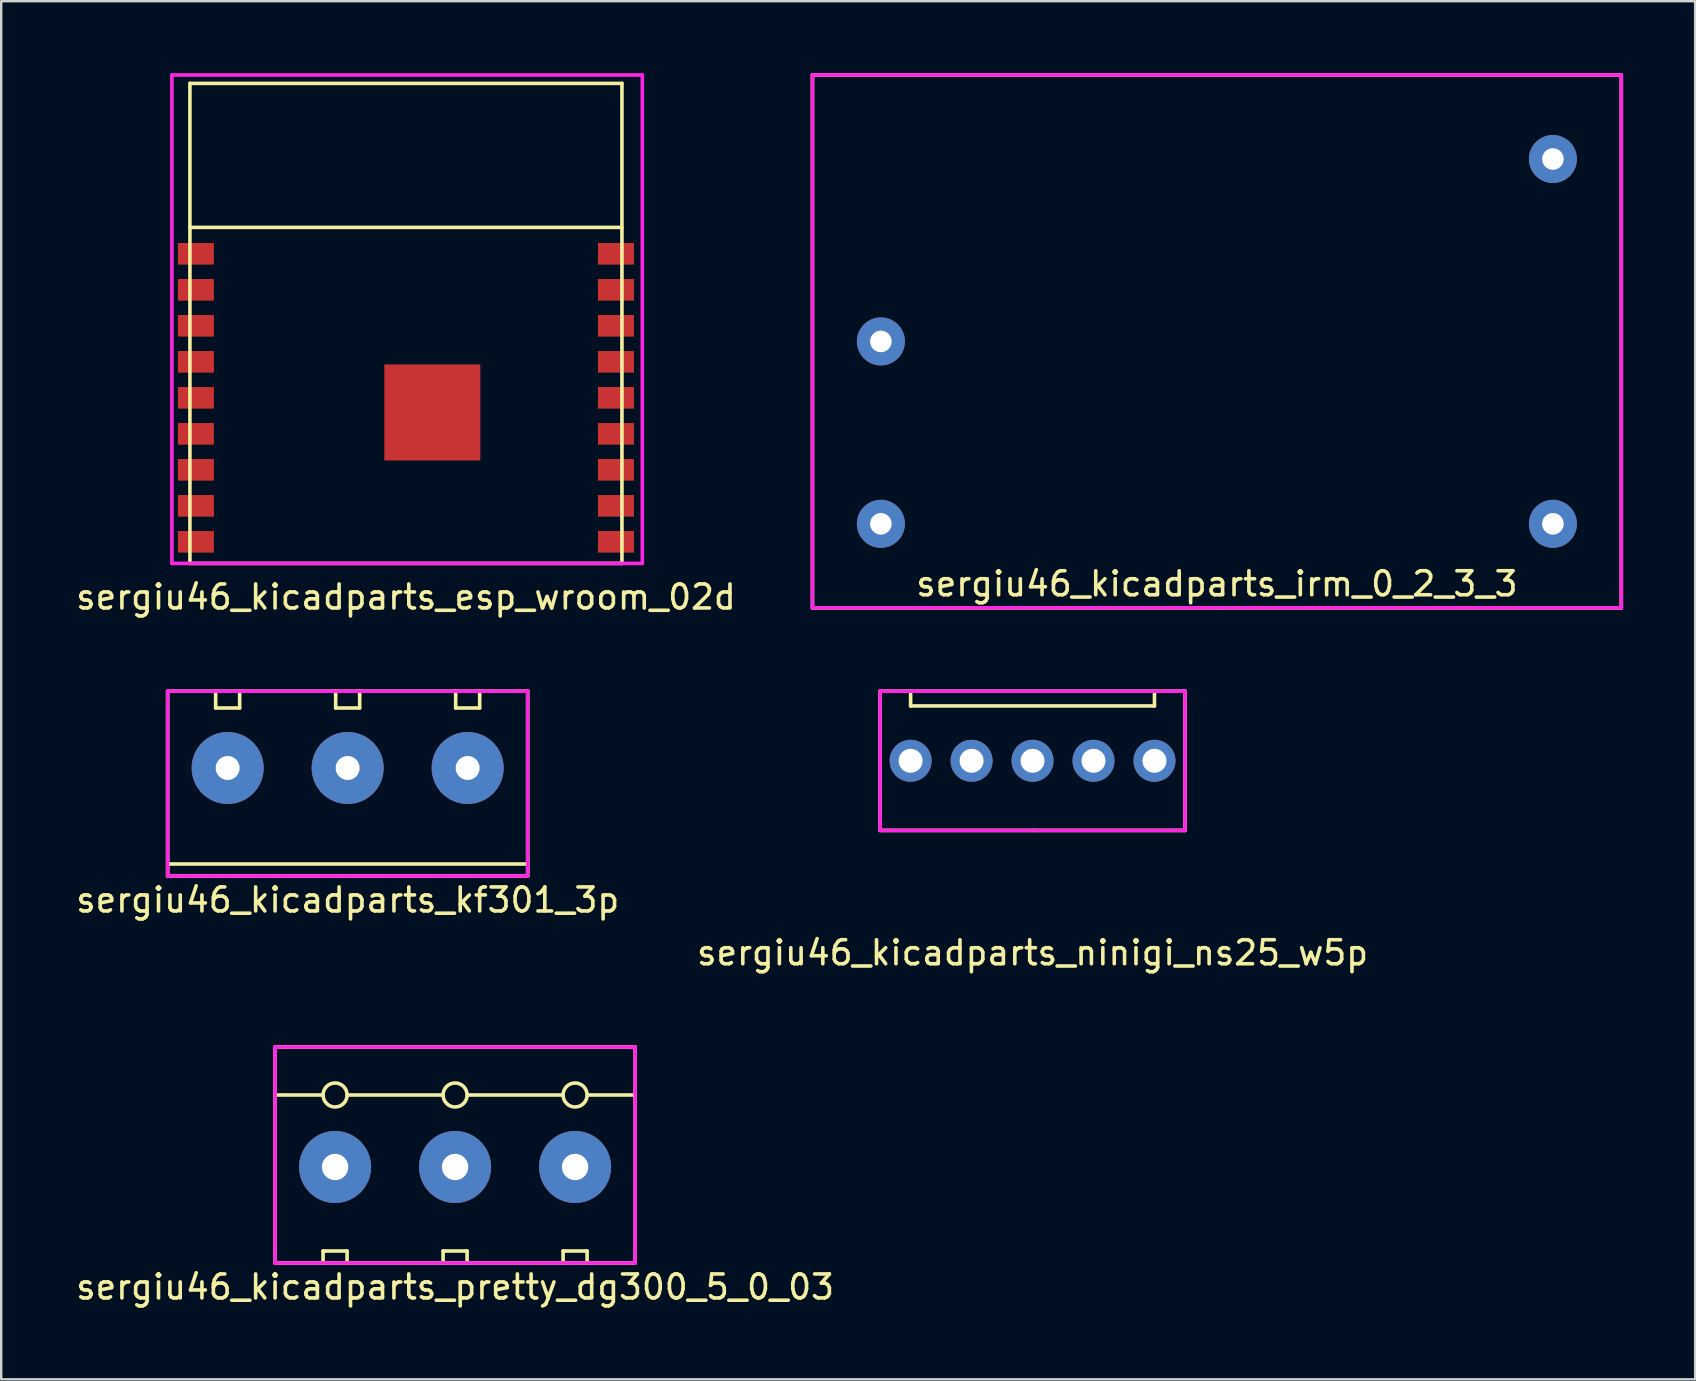
<source format=kicad_pcb>
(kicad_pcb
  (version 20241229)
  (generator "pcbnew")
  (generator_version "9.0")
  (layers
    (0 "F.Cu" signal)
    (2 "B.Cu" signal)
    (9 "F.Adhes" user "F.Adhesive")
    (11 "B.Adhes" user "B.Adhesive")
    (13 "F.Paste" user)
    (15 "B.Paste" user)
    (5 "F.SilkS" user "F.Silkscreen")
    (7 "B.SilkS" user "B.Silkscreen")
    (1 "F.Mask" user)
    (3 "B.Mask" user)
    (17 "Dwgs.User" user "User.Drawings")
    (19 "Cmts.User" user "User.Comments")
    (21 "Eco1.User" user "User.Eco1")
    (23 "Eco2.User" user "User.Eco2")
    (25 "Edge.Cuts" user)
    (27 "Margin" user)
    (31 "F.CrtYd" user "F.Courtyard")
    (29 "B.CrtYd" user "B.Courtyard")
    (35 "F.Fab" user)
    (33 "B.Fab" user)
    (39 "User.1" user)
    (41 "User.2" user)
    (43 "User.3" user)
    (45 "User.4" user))
  (footprint "sergiu46_kicadparts_esp_wroom_02d"
    (layer "F.Cu")
    (at 13.863 10.325)
    (property "Reference" "sergiu46_kicadparts_esp_wroom_02d" (at 0 11.5 0) (layer "F.SilkS") (effects (font (size 1 1) (thickness 0.15))))
    (attr through_hole)
    (fp_line (start -9 -9.9) (end 9 -9.9) (stroke (width 0.15) (type solid)) (layer "F.SilkS"))
    (fp_line (start -9 -3.9) (end 9 -3.9) (stroke (width 0.15) (type solid)) (layer "F.SilkS"))
    (fp_line (start -9 10.1) (end -9 -9.9) (stroke (width 0.15) (type solid)) (layer "F.SilkS"))
    (fp_line (start 9 -9.9) (end 9 10.1) (stroke (width 0.15) (type solid)) (layer "F.SilkS"))
    (fp_line (start 9 10.1) (end -9 10.1) (stroke (width 0.15) (type solid)) (layer "F.SilkS"))
    (fp_line (start -9.75 -10.25) (end 9.85 -10.25) (stroke (width 0.15) (type solid)) (layer "F.CrtYd"))
    (fp_line (start -9.75 10.1) (end -9.75 -10.25) (stroke (width 0.15) (type solid)) (layer "F.CrtYd"))
    (fp_line (start 9.85 -10.25) (end 9.85 10.1) (stroke (width 0.15) (type solid)) (layer "F.CrtYd"))
    (fp_line (start 9.85 10.1) (end -9.75 10.1) (stroke (width 0.15) (type solid)) (layer "F.CrtYd"))
    (pad "1" smd rect (at -8.75 -2.8) (size 1.5 0.9) (layers "F.Cu" "F.Mask" "F.Paste"))
    (pad "2" smd rect (at -8.75 -1.3) (size 1.5 0.9) (layers "F.Cu" "F.Mask" "F.Paste"))
    (pad "3" smd rect (at -8.75 0.2) (size 1.5 0.9) (layers "F.Cu" "F.Mask" "F.Paste"))
    (pad "4" smd rect (at -8.75 1.7) (size 1.5 0.9) (layers "F.Cu" "F.Mask" "F.Paste"))
    (pad "5" smd rect (at -8.75 3.2) (size 1.5 0.9) (layers "F.Cu" "F.Mask" "F.Paste"))
    (pad "6" smd rect (at -8.75 4.7) (size 1.5 0.9) (layers "F.Cu" "F.Mask" "F.Paste"))
    (pad "7" smd rect (at -8.75 6.2) (size 1.5 0.9) (layers "F.Cu" "F.Mask" "F.Paste"))
    (pad "8" smd rect (at -8.75 7.7) (size 1.5 0.9) (layers "F.Cu" "F.Mask" "F.Paste"))
    (pad "9" smd rect (at -8.75 9.2) (size 1.5 0.9) (layers "F.Cu" "F.Mask" "F.Paste"))
    (pad "10" smd rect (at 8.75 9.2) (size 1.5 0.9) (layers "F.Cu" "F.Mask" "F.Paste"))
    (pad "11" smd rect (at 8.75 7.7) (size 1.5 0.9) (layers "F.Cu" "F.Mask" "F.Paste"))
    (pad "12" smd rect (at 8.75 6.2) (size 1.5 0.9) (layers "F.Cu" "F.Mask" "F.Paste"))
    (pad "13" smd rect (at 8.75 4.7) (size 1.5 0.9) (layers "F.Cu" "F.Mask" "F.Paste"))
    (pad "14" smd rect (at 8.75 3.2) (size 1.5 0.9) (layers "F.Cu" "F.Mask" "F.Paste"))
    (pad "15" smd rect (at 8.75 1.7) (size 1.5 0.9) (layers "F.Cu" "F.Mask" "F.Paste"))
    (pad "16" smd rect (at 8.75 0.2) (size 1.5 0.9) (layers "F.Cu" "F.Mask" "F.Paste"))
    (pad "17" smd rect (at 8.75 -1.3) (size 1.5 0.9) (layers "F.Cu" "F.Mask" "F.Paste"))
    (pad "18" smd rect (at 8.75 -2.8) (size 1.5 0.9) (layers "F.Cu" "F.Mask" "F.Paste"))
    (pad "19" smd rect (at 1.1 3.81) (size 4 4) (layers "F.Cu" "F.Mask" "F.Paste")))
  (footprint "sergiu46_kicadparts_ninigi_ns25_w5p"
    (layer "F.Cu")
    (at 39.97 28.648)
    (property "Reference" "sergiu46_kicadparts_ninigi_ns25_w5p" (at 0 8 0) (layer "F.SilkS") (effects (font (size 1 1) (thickness 0.15))))
    (attr through_hole)
    (fp_line (start -6.35 -2.9) (end -6.35 2.9) (stroke (width 0.15) (type solid)) (layer "F.SilkS"))
    (fp_line (start -6.35 2.9) (end 0 2.9) (stroke (width 0.15) (type solid)) (layer "F.SilkS"))
    (fp_line (start -5.08 -2.8) (end -5.08 -2.286) (stroke (width 0.15) (type solid)) (layer "F.SilkS"))
    (fp_line (start -5.08 -2.286) (end 5.08 -2.286) (stroke (width 0.15) (type solid)) (layer "F.SilkS"))
    (fp_line (start 0 2.9) (end 6.35 2.9) (stroke (width 0.15) (type solid)) (layer "F.SilkS"))
    (fp_line (start 5.08 -2.286) (end 5.08 -2.794) (stroke (width 0.15) (type solid)) (layer "F.SilkS"))
    (fp_line (start 6.35 -2.9) (end -6.35 -2.9) (stroke (width 0.15) (type solid)) (layer "F.SilkS"))
    (fp_line (start 6.35 2.9) (end 6.35 -2.9) (stroke (width 0.15) (type solid)) (layer "F.SilkS"))
    (fp_line (start -6.35 -2.9) (end -6.35 2.9) (stroke (width 0.15) (type solid)) (layer "F.CrtYd"))
    (fp_line (start -6.35 2.9) (end 6.35 2.9) (stroke (width 0.15) (type solid)) (layer "F.CrtYd"))
    (fp_line (start 6.35 -2.9) (end -6.35 -2.9) (stroke (width 0.15) (type solid)) (layer "F.CrtYd"))
    (fp_line (start 6.35 2.9) (end 6.35 -2.9) (stroke (width 0.15) (type solid)) (layer "F.CrtYd"))
    (pad "1" thru_hole circle (at -5.08 0) (size 1.75 1.75) (drill 1) (layers "*.Cu" "*.Mask" "B.Adhes"))
    (pad "2" thru_hole circle (at -2.54 0) (size 1.75 1.75) (drill 1) (layers "*.Cu" "*.Mask" "B.Adhes"))
    (pad "3" thru_hole circle (at 0 0) (size 1.75 1.75) (drill 1) (layers "*.Cu" "*.Mask" "B.Adhes"))
    (pad "4" thru_hole circle (at 2.54 0) (size 1.75 1.75) (drill 1) (layers "*.Cu" "*.Mask" "B.Adhes"))
    (pad "5" thru_hole circle (at 5.08 0) (size 1.75 1.75) (drill 1) (layers "*.Cu" "*.Mask" "B.Adhes")))
  (footprint "sergiu46_kicadparts_kf301_3p"
    (layer "F.Cu")
    (at 11.435 28.948)
    (property "Reference" "sergiu46_kicadparts_kf301_3p" (at 0 5.5 0) (layer "F.SilkS") (effects (font (size 1 1) (thickness 0.15))))
    (attr through_hole)
    (fp_line (start -7.5 -3.2) (end 7.5 -3.2) (stroke (width 0.15) (type solid)) (layer "F.SilkS"))
    (fp_line (start -7.5 4) (end 7.5 4) (stroke (width 0.15) (type solid)) (layer "F.SilkS"))
    (fp_line (start -7.5 4.5) (end -7.5 -3.2) (stroke (width 0.15) (type solid)) (layer "F.SilkS"))
    (fp_line (start -5.5 -3.15) (end -5.5 -2.5) (stroke (width 0.15) (type solid)) (layer "F.SilkS"))
    (fp_line (start -5.5 -2.5) (end -4.5 -2.5) (stroke (width 0.15) (type solid)) (layer "F.SilkS"))
    (fp_line (start -4.5 -2.5) (end -4.5 -3.15) (stroke (width 0.15) (type solid)) (layer "F.SilkS"))
    (fp_line (start -0.5 -3.2) (end -0.5 -3) (stroke (width 0.15) (type solid)) (layer "F.SilkS"))
    (fp_line (start -0.5 -3) (end -0.5 -2.5) (stroke (width 0.15) (type solid)) (layer "F.SilkS"))
    (fp_line (start -0.5 -2.5) (end 0.5 -2.5) (stroke (width 0.15) (type solid)) (layer "F.SilkS"))
    (fp_line (start 0.5 -3) (end 0.5 -3.2) (stroke (width 0.15) (type solid)) (layer "F.SilkS"))
    (fp_line (start 0.5 -2.5) (end 0.5 -3) (stroke (width 0.15) (type solid)) (layer "F.SilkS"))
    (fp_line (start 4.5 -3.2) (end 4.5 -3) (stroke (width 0.15) (type solid)) (layer "F.SilkS"))
    (fp_line (start 4.5 -3) (end 4.5 -2.5) (stroke (width 0.15) (type solid)) (layer "F.SilkS"))
    (fp_line (start 4.5 -2.5) (end 5.5 -2.5) (stroke (width 0.15) (type solid)) (layer "F.SilkS"))
    (fp_line (start 5.5 -3.2) (end 5.5 -3) (stroke (width 0.15) (type solid)) (layer "F.SilkS"))
    (fp_line (start 5.5 -2.5) (end 5.5 -3) (stroke (width 0.15) (type solid)) (layer "F.SilkS"))
    (fp_line (start 7.5 -3.2) (end 7.5 4.5) (stroke (width 0.15) (type solid)) (layer "F.SilkS"))
    (fp_line (start 7.5 4.5) (end -7.5 4.5) (stroke (width 0.15) (type solid)) (layer "F.SilkS"))
    (fp_line (start -7.5 -3.2) (end -7.5 4.5) (stroke (width 0.15) (type solid)) (layer "F.CrtYd"))
    (fp_line (start -7.5 4.5) (end 7.5 4.5) (stroke (width 0.15) (type solid)) (layer "F.CrtYd"))
    (fp_line (start 7.5 -3.2) (end -7.5 -3.2) (stroke (width 0.15) (type solid)) (layer "F.CrtYd"))
    (fp_line (start 7.5 4.5) (end 7.5 -3.2) (stroke (width 0.15) (type solid)) (layer "F.CrtYd"))
    (pad "1" thru_hole circle (at 5 0) (size 3 3) (drill 1) (layers "*.Cu" "*.Mask"))
    (pad "2" thru_hole circle (at 0 0) (size 3 3) (drill 1) (layers "*.Cu" "*.Mask"))
    (pad "3" thru_hole circle (at -5 0) (size 3 3) (drill 1) (layers "*.Cu" "*.Mask")))
  (footprint "sergiu46_kicadparts_irm_0_2_3_3"
    (layer "F.Cu")
    (at 47.651 11.175)
    (property "Reference" "sergiu46_kicadparts_irm_0_2_3_3" (at 0 10.1 0) (layer "F.SilkS") (effects (font (size 1 1) (thickness 0.15))))
    (attr through_hole)
    (fp_line (start -16.85 -11.1) (end -16.85 11.1) (stroke (width 0.15) (type solid)) (layer "F.SilkS"))
    (fp_line (start -16.85 11.1) (end 0 11.1) (stroke (width 0.15) (type solid)) (layer "F.SilkS"))
    (fp_line (start 0 11.1) (end 16.85 11.1) (stroke (width 0.15) (type solid)) (layer "F.SilkS"))
    (fp_line (start 16.85 -11.1) (end -16.85 -11.1) (stroke (width 0.15) (type solid)) (layer "F.SilkS"))
    (fp_line (start 16.85 11.1) (end 16.85 -11.1) (stroke (width 0.15) (type solid)) (layer "F.SilkS"))
    (fp_line (start -16.85 -11.1) (end -16.85 11.1) (stroke (width 0.15) (type solid)) (layer "F.CrtYd"))
    (fp_line (start -16.85 11.1) (end 16.85 11.1) (stroke (width 0.15) (type solid)) (layer "F.CrtYd"))
    (fp_line (start 16.85 -11.1) (end -16.85 -11.1) (stroke (width 0.15) (type solid)) (layer "F.CrtYd"))
    (fp_line (start 16.85 11.1) (end 16.85 -11.1) (stroke (width 0.15) (type solid)) (layer "F.CrtYd"))
    (pad "1" thru_hole circle (at 14 7.6) (size 2 2) (drill 0.9) (layers "*.Cu" "*.Mask" "B.Adhes"))
    (pad "2" thru_hole circle (at 14 -7.6) (size 2 2) (drill 0.9) (layers "*.Cu" "*.Mask" "B.Adhes"))
    (pad "3" thru_hole circle (at -14 7.6) (size 2 2) (drill 0.9) (layers "*.Cu" "*.Mask" "B.Adhes"))
    (pad "4" thru_hole circle (at -14 0) (size 2 2) (drill 0.9) (layers "*.Cu" "*.Mask" "B.Adhes")))
  (footprint "sergiu46_kicadparts_pretty_dg300_5_0_03"
    (layer "F.Cu")
    (at 15.911 45.572)
    (property "Reference" "sergiu46_kicadparts_pretty_dg300_5_0_03" (at 0 5 0) (layer "F.SilkS") (effects (font (size 1 1) (thickness 0.15))))
    (attr through_hole)
    (fp_line (start -7.5 -5) (end -7.5 4) (stroke (width 0.15) (type solid)) (layer "F.SilkS"))
    (fp_line (start -7.5 4) (end 7.5 4) (stroke (width 0.15) (type solid)) (layer "F.SilkS"))
    (fp_line (start -5.5 -3) (end -7.5 -3) (stroke (width 0.15) (type solid)) (layer "F.SilkS"))
    (fp_line (start -5.5 3.5) (end -4.5 3.5) (stroke (width 0.15) (type solid)) (layer "F.SilkS"))
    (fp_line (start -5.5 4) (end -5.5 3.5) (stroke (width 0.15) (type solid)) (layer "F.SilkS"))
    (fp_line (start -4.5 3.5) (end -4.5 4) (stroke (width 0.15) (type solid)) (layer "F.SilkS"))
    (fp_line (start -0.5 -3) (end -4.5 -3) (stroke (width 0.15) (type solid)) (layer "F.SilkS"))
    (fp_line (start -0.5 3.5) (end 0.5 3.5) (stroke (width 0.15) (type solid)) (layer "F.SilkS"))
    (fp_line (start -0.5 4) (end -0.5 3.5) (stroke (width 0.15) (type solid)) (layer "F.SilkS"))
    (fp_line (start 0.5 3.5) (end 0.5 4) (stroke (width 0.15) (type solid)) (layer "F.SilkS"))
    (fp_line (start 4.5 -3) (end 0.5 -3) (stroke (width 0.15) (type solid)) (layer "F.SilkS"))
    (fp_line (start 4.5 3.5) (end 5.5 3.5) (stroke (width 0.15) (type solid)) (layer "F.SilkS"))
    (fp_line (start 4.5 4) (end 4.5 3.5) (stroke (width 0.15) (type solid)) (layer "F.SilkS"))
    (fp_line (start 5.5 -3) (end 7.5 -3) (stroke (width 0.15) (type solid)) (layer "F.SilkS"))
    (fp_line (start 5.5 3.5) (end 5.5 4) (stroke (width 0.15) (type solid)) (layer "F.SilkS"))
    (fp_line (start 7.5 -5) (end -7.5 -5) (stroke (width 0.15) (type solid)) (layer "F.SilkS"))
    (fp_line (start 7.5 4) (end 7.5 -5) (stroke (width 0.15) (type solid)) (layer "F.SilkS"))
    (fp_circle (center -5 -3) (end -4.5 -3) (stroke (width 0.15) (type solid)) (fill no) (layer "F.SilkS"))
    (fp_circle (center 0 -3) (end 0 -3.5) (stroke (width 0.15) (type solid)) (fill no) (layer "F.SilkS"))
    (fp_circle (center 5 -3) (end 5 -3.5) (stroke (width 0.15) (type solid)) (fill no) (layer "F.SilkS"))
    (fp_line (start -7.5 -5) (end -7.5 4) (stroke (width 0.15) (type solid)) (layer "F.CrtYd"))
    (fp_line (start -7.5 4) (end 7.5 4) (stroke (width 0.15) (type solid)) (layer "F.CrtYd"))
    (fp_line (start 7.5 -5) (end -7.5 -5) (stroke (width 0.15) (type solid)) (layer "F.CrtYd"))
    (fp_line (start 7.5 4) (end 7.5 -5) (stroke (width 0.15) (type solid)) (layer "F.CrtYd"))
    (pad "1" thru_hole circle (at -5 0) (size 3 3) (drill 1.1) (layers "*.Cu" "*.Mask"))
    (pad "2" thru_hole circle (at 0 0) (size 3 3) (drill 1.1) (layers "*.Cu" "*.Mask"))
    (pad "3" thru_hole circle (at 5 0) (size 3 3) (drill 1.1) (layers "*.Cu" "*.Mask")))
  (gr_rect
    (start -3 -3)
    (end 67.576 54.42)
    (stroke (width 0.1) (type default))
    (fill no)
    (layer "Edge.Cuts")))
</source>
